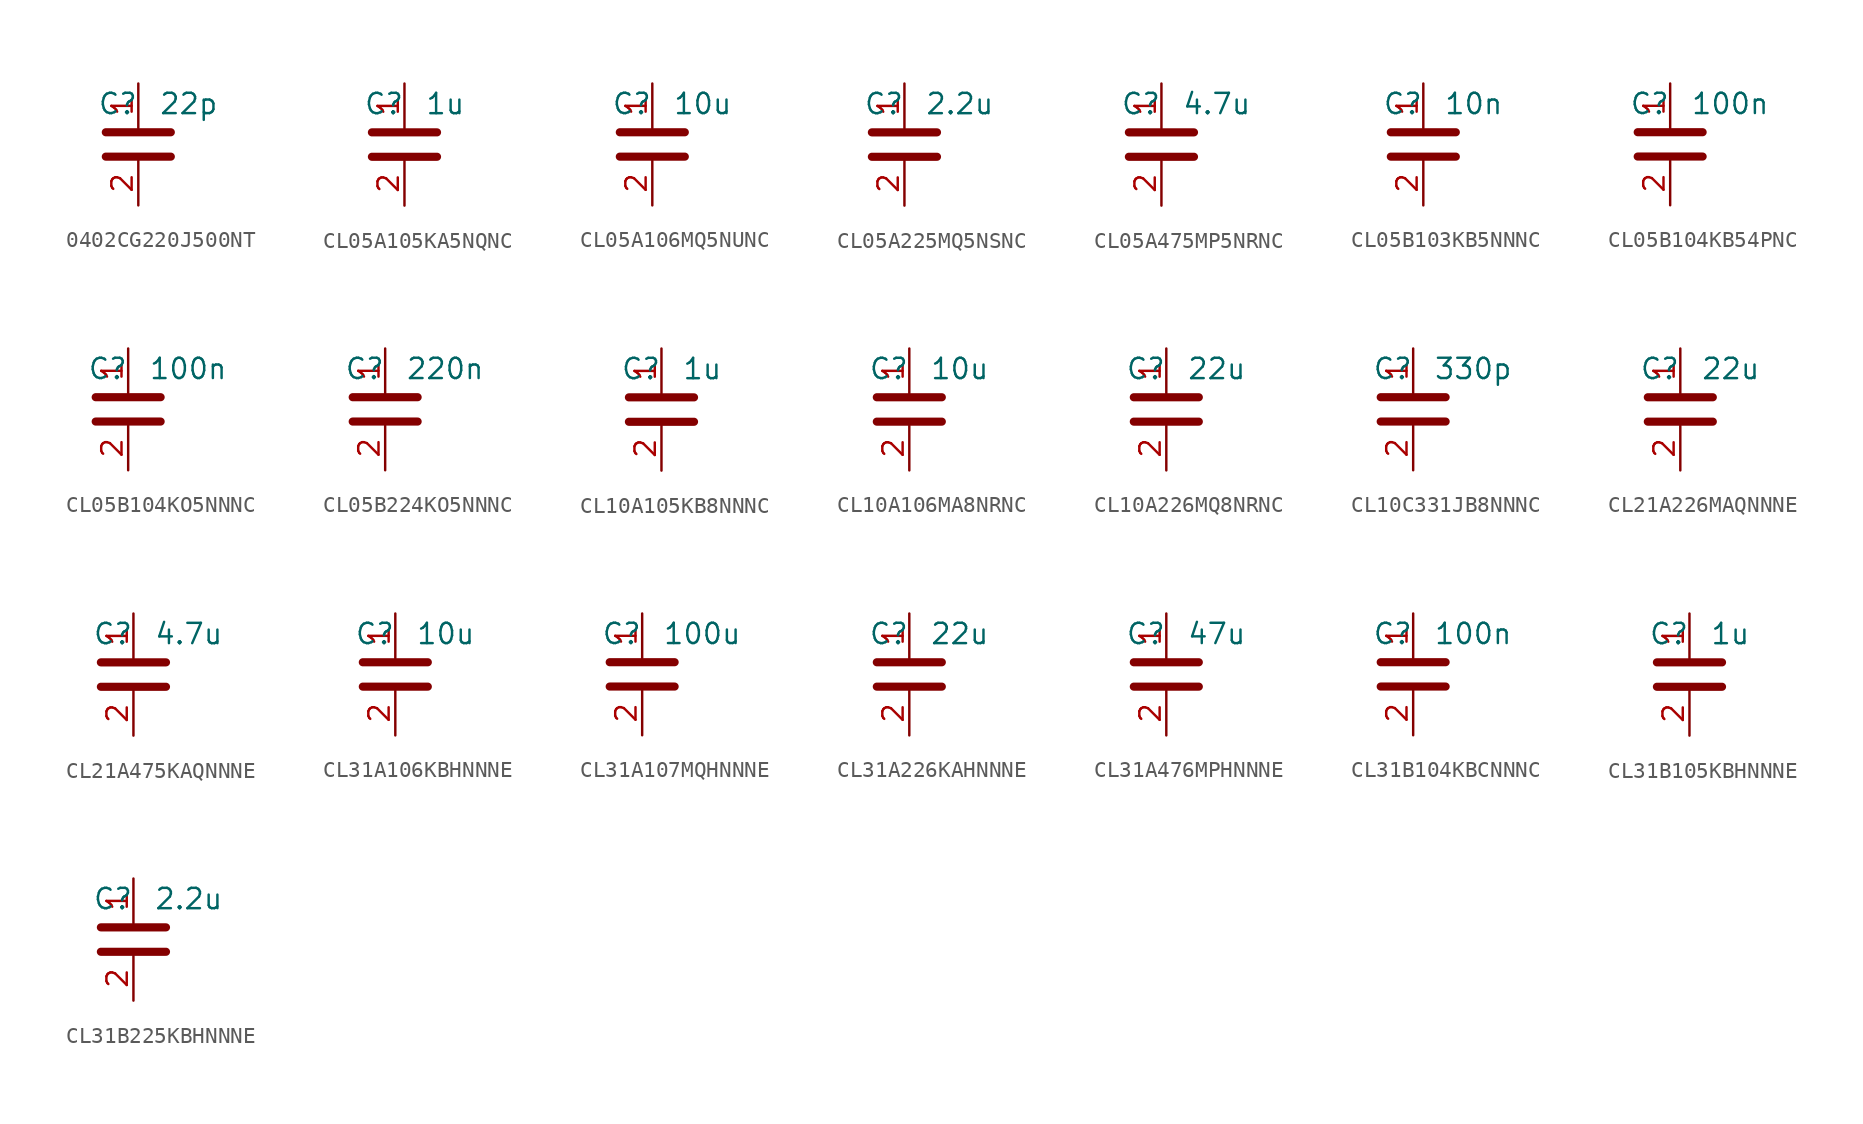
<source format=kicad_sym>
(kicad_symbol_lib
  (version 20241209)
  (generator "kicad_symbol_editor")
  (generator_version "9.0")
  (symbol "0402CG220J500NT"
    (property "Reference" "C"
      (at 0 2.54 0)
      (effects (font (size 1.27 1.27)) (justify right)))
    (property "Value" "22p"
      (at 1.27 2.54 0)
      (effects (font (size 1.27 1.27)) (justify left)))
    (symbol "0402CG220J500NT_0_1"
      (polyline (pts (xy -2.032 0.762) (xy 2.032 0.762)) (stroke (width 0.508) (type default)) (fill (type none)))
      (polyline (pts (xy -2.032 -0.762) (xy 2.032 -0.762)) (stroke (width 0.508) (type default)) (fill (type none))))
    (symbol "0402CG220J500NT_1_1"
      (pin passive line (at 0 3.81 270) (length 2.794) (name "~" (effects (font (size 1.27 1.27)))) (number "1" (effects (font (size 1.27 1.27)))))
      (pin passive line (at 0 -3.81 90) (length 2.794) (name "~" (effects (font (size 1.27 1.27)))) (number "2" (effects (font (size 1.27 1.27)))))))
  (symbol "CL05A105KA5NQNC"
    (property "Reference" "C"
      (at 0 2.54 0)
      (effects (font (size 1.27 1.27)) (justify right)))
    (property "Value" "1u"
      (at 1.27 2.54 0)
      (effects (font (size 1.27 1.27)) (justify left)))
    (symbol "CL05A105KA5NQNC_0_1"
      (polyline (pts (xy -2.032 0.762) (xy 2.032 0.762)) (stroke (width 0.508) (type default)) (fill (type none)))
      (polyline (pts (xy -2.032 -0.762) (xy 2.032 -0.762)) (stroke (width 0.508) (type default)) (fill (type none))))
    (symbol "CL05A105KA5NQNC_1_1"
      (pin passive line (at 0 3.81 270) (length 2.794) (name "~" (effects (font (size 1.27 1.27)))) (number "1" (effects (font (size 1.27 1.27)))))
      (pin passive line (at 0 -3.81 90) (length 2.794) (name "~" (effects (font (size 1.27 1.27)))) (number "2" (effects (font (size 1.27 1.27)))))))
  (symbol "CL05A106MQ5NUNC"
    (property "Reference" "C"
      (at 0 2.54 0)
      (effects (font (size 1.27 1.27)) (justify right)))
    (property "Value" "10u"
      (at 1.27 2.54 0)
      (effects (font (size 1.27 1.27)) (justify left)))
    (symbol "CL05A106MQ5NUNC_0_1"
      (polyline (pts (xy -2.032 0.762) (xy 2.032 0.762)) (stroke (width 0.508) (type default)) (fill (type none)))
      (polyline (pts (xy -2.032 -0.762) (xy 2.032 -0.762)) (stroke (width 0.508) (type default)) (fill (type none))))
    (symbol "CL05A106MQ5NUNC_1_1"
      (pin passive line (at 0 3.81 270) (length 2.794) (name "~" (effects (font (size 1.27 1.27)))) (number "1" (effects (font (size 1.27 1.27)))))
      (pin passive line (at 0 -3.81 90) (length 2.794) (name "~" (effects (font (size 1.27 1.27)))) (number "2" (effects (font (size 1.27 1.27)))))))
  (symbol "CL05A225MQ5NSNC"
    (property "Reference" "C"
      (at 0 2.54 0)
      (effects (font (size 1.27 1.27)) (justify right)))
    (property "Value" "2.2u"
      (at 1.27 2.54 0)
      (effects (font (size 1.27 1.27)) (justify left)))
    (symbol "CL05A225MQ5NSNC_0_1"
      (polyline (pts (xy -2.032 0.762) (xy 2.032 0.762)) (stroke (width 0.508) (type default)) (fill (type none)))
      (polyline (pts (xy -2.032 -0.762) (xy 2.032 -0.762)) (stroke (width 0.508) (type default)) (fill (type none))))
    (symbol "CL05A225MQ5NSNC_1_1"
      (pin passive line (at 0 3.81 270) (length 2.794) (name "~" (effects (font (size 1.27 1.27)))) (number "1" (effects (font (size 1.27 1.27)))))
      (pin passive line (at 0 -3.81 90) (length 2.794) (name "~" (effects (font (size 1.27 1.27)))) (number "2" (effects (font (size 1.27 1.27)))))))
  (symbol "CL05A475MP5NRNC"
    (property "Reference" "C"
      (at 0 2.54 0)
      (effects (font (size 1.27 1.27)) (justify right)))
    (property "Value" "4.7u"
      (at 1.27 2.54 0)
      (effects (font (size 1.27 1.27)) (justify left)))
    (symbol "CL05A475MP5NRNC_0_1"
      (polyline (pts (xy -2.032 0.762) (xy 2.032 0.762)) (stroke (width 0.508) (type default)) (fill (type none)))
      (polyline (pts (xy -2.032 -0.762) (xy 2.032 -0.762)) (stroke (width 0.508) (type default)) (fill (type none))))
    (symbol "CL05A475MP5NRNC_1_1"
      (pin passive line (at 0 3.81 270) (length 2.794) (name "~" (effects (font (size 1.27 1.27)))) (number "1" (effects (font (size 1.27 1.27)))))
      (pin passive line (at 0 -3.81 90) (length 2.794) (name "~" (effects (font (size 1.27 1.27)))) (number "2" (effects (font (size 1.27 1.27)))))))
  (symbol "CL05B103KB5NNNC"
    (property "Reference" "C"
      (at 0 2.54 0)
      (effects (font (size 1.27 1.27)) (justify right)))
    (property "Value" "10n"
      (at 1.27 2.54 0)
      (effects (font (size 1.27 1.27)) (justify left)))
    (symbol "CL05B103KB5NNNC_0_1"
      (polyline (pts (xy -2.032 0.762) (xy 2.032 0.762)) (stroke (width 0.508) (type default)) (fill (type none)))
      (polyline (pts (xy -2.032 -0.762) (xy 2.032 -0.762)) (stroke (width 0.508) (type default)) (fill (type none))))
    (symbol "CL05B103KB5NNNC_1_1"
      (pin passive line (at 0 3.81 270) (length 2.794) (name "~" (effects (font (size 1.27 1.27)))) (number "1" (effects (font (size 1.27 1.27)))))
      (pin passive line (at 0 -3.81 90) (length 2.794) (name "~" (effects (font (size 1.27 1.27)))) (number "2" (effects (font (size 1.27 1.27)))))))
  (symbol "CL05B104KB54PNC"
    (property "Reference" "C"
      (at 0 2.54 0)
      (effects (font (size 1.27 1.27)) (justify right)))
    (property "Value" "100n"
      (at 1.27 2.54 0)
      (effects (font (size 1.27 1.27)) (justify left)))
    (symbol "CL05B104KB54PNC_0_1"
      (polyline (pts (xy -2.032 0.762) (xy 2.032 0.762)) (stroke (width 0.508) (type default)) (fill (type none)))
      (polyline (pts (xy -2.032 -0.762) (xy 2.032 -0.762)) (stroke (width 0.508) (type default)) (fill (type none))))
    (symbol "CL05B104KB54PNC_1_1"
      (pin passive line (at 0 3.81 270) (length 2.794) (name "~" (effects (font (size 1.27 1.27)))) (number "1" (effects (font (size 1.27 1.27)))))
      (pin passive line (at 0 -3.81 90) (length 2.794) (name "~" (effects (font (size 1.27 1.27)))) (number "2" (effects (font (size 1.27 1.27)))))))
  (symbol "CL05B104KO5NNNC"
    (property "Reference" "C"
      (at 0 2.54 0)
      (effects (font (size 1.27 1.27)) (justify right)))
    (property "Value" "100n"
      (at 1.27 2.54 0)
      (effects (font (size 1.27 1.27)) (justify left)))
    (symbol "CL05B104KO5NNNC_0_1"
      (polyline (pts (xy -2.032 0.762) (xy 2.032 0.762)) (stroke (width 0.508) (type default)) (fill (type none)))
      (polyline (pts (xy -2.032 -0.762) (xy 2.032 -0.762)) (stroke (width 0.508) (type default)) (fill (type none))))
    (symbol "CL05B104KO5NNNC_1_1"
      (pin passive line (at 0 3.81 270) (length 2.794) (name "~" (effects (font (size 1.27 1.27)))) (number "1" (effects (font (size 1.27 1.27)))))
      (pin passive line (at 0 -3.81 90) (length 2.794) (name "~" (effects (font (size 1.27 1.27)))) (number "2" (effects (font (size 1.27 1.27)))))))
  (symbol "CL05B224KO5NNNC"
    (property "Reference" "C"
      (at 0 2.54 0)
      (effects (font (size 1.27 1.27)) (justify right)))
    (property "Value" "220n"
      (at 1.27 2.54 0)
      (effects (font (size 1.27 1.27)) (justify left)))
    (symbol "CL05B224KO5NNNC_0_1"
      (polyline (pts (xy -2.032 0.762) (xy 2.032 0.762)) (stroke (width 0.508) (type default)) (fill (type none)))
      (polyline (pts (xy -2.032 -0.762) (xy 2.032 -0.762)) (stroke (width 0.508) (type default)) (fill (type none))))
    (symbol "CL05B224KO5NNNC_1_1"
      (pin passive line (at 0 3.81 270) (length 2.794) (name "~" (effects (font (size 1.27 1.27)))) (number "1" (effects (font (size 1.27 1.27)))))
      (pin passive line (at 0 -3.81 90) (length 2.794) (name "~" (effects (font (size 1.27 1.27)))) (number "2" (effects (font (size 1.27 1.27)))))))
  (symbol "CL10A105KB8NNNC"
    (property "Reference" "C"
      (at 0 2.54 0)
      (effects (font (size 1.27 1.27)) (justify right)))
    (property "Value" "1u"
      (at 1.27 2.54 0)
      (effects (font (size 1.27 1.27)) (justify left)))
    (symbol "CL10A105KB8NNNC_0_1"
      (polyline (pts (xy -2.032 0.762) (xy 2.032 0.762)) (stroke (width 0.508) (type default)) (fill (type none)))
      (polyline (pts (xy -2.032 -0.762) (xy 2.032 -0.762)) (stroke (width 0.508) (type default)) (fill (type none))))
    (symbol "CL10A105KB8NNNC_1_1"
      (pin passive line (at 0 3.81 270) (length 2.794) (name "~" (effects (font (size 1.27 1.27)))) (number "1" (effects (font (size 1.27 1.27)))))
      (pin passive line (at 0 -3.81 90) (length 2.794) (name "~" (effects (font (size 1.27 1.27)))) (number "2" (effects (font (size 1.27 1.27)))))))
  (symbol "CL10A106MA8NRNC"
    (property "Reference" "C"
      (at 0 2.54 0)
      (effects (font (size 1.27 1.27)) (justify right)))
    (property "Value" "10u"
      (at 1.27 2.54 0)
      (effects (font (size 1.27 1.27)) (justify left)))
    (symbol "CL10A106MA8NRNC_0_1"
      (polyline (pts (xy -2.032 0.762) (xy 2.032 0.762)) (stroke (width 0.508) (type default)) (fill (type none)))
      (polyline (pts (xy -2.032 -0.762) (xy 2.032 -0.762)) (stroke (width 0.508) (type default)) (fill (type none))))
    (symbol "CL10A106MA8NRNC_1_1"
      (pin passive line (at 0 3.81 270) (length 2.794) (name "~" (effects (font (size 1.27 1.27)))) (number "1" (effects (font (size 1.27 1.27)))))
      (pin passive line (at 0 -3.81 90) (length 2.794) (name "~" (effects (font (size 1.27 1.27)))) (number "2" (effects (font (size 1.27 1.27)))))))
  (symbol "CL10A226MQ8NRNC"
    (property "Reference" "C"
      (at 0 2.54 0)
      (effects (font (size 1.27 1.27)) (justify right)))
    (property "Value" "22u"
      (at 1.27 2.54 0)
      (effects (font (size 1.27 1.27)) (justify left)))
    (symbol "CL10A226MQ8NRNC_0_1"
      (polyline (pts (xy -2.032 0.762) (xy 2.032 0.762)) (stroke (width 0.508) (type default)) (fill (type none)))
      (polyline (pts (xy -2.032 -0.762) (xy 2.032 -0.762)) (stroke (width 0.508) (type default)) (fill (type none))))
    (symbol "CL10A226MQ8NRNC_1_1"
      (pin passive line (at 0 3.81 270) (length 2.794) (name "~" (effects (font (size 1.27 1.27)))) (number "1" (effects (font (size 1.27 1.27)))))
      (pin passive line (at 0 -3.81 90) (length 2.794) (name "~" (effects (font (size 1.27 1.27)))) (number "2" (effects (font (size 1.27 1.27)))))))
  (symbol "CL10C331JB8NNNC"
    (property "Reference" "C"
      (at 0 2.54 0)
      (effects (font (size 1.27 1.27)) (justify right)))
    (property "Value" "330p"
      (at 1.27 2.54 0)
      (effects (font (size 1.27 1.27)) (justify left)))
    (symbol "CL10C331JB8NNNC_0_1"
      (polyline (pts (xy -2.032 0.762) (xy 2.032 0.762)) (stroke (width 0.508) (type default)) (fill (type none)))
      (polyline (pts (xy -2.032 -0.762) (xy 2.032 -0.762)) (stroke (width 0.508) (type default)) (fill (type none))))
    (symbol "CL10C331JB8NNNC_1_1"
      (pin passive line (at 0 3.81 270) (length 2.794) (name "~" (effects (font (size 1.27 1.27)))) (number "1" (effects (font (size 1.27 1.27)))))
      (pin passive line (at 0 -3.81 90) (length 2.794) (name "~" (effects (font (size 1.27 1.27)))) (number "2" (effects (font (size 1.27 1.27)))))))
  (symbol "CL21A226MAQNNNE"
    (property "Reference" "C"
      (at 0 2.54 0)
      (effects (font (size 1.27 1.27)) (justify right)))
    (property "Value" "22u"
      (at 1.27 2.54 0)
      (effects (font (size 1.27 1.27)) (justify left)))
    (symbol "CL21A226MAQNNNE_0_1"
      (polyline (pts (xy -2.032 0.762) (xy 2.032 0.762)) (stroke (width 0.508) (type default)) (fill (type none)))
      (polyline (pts (xy -2.032 -0.762) (xy 2.032 -0.762)) (stroke (width 0.508) (type default)) (fill (type none))))
    (symbol "CL21A226MAQNNNE_1_1"
      (pin passive line (at 0 3.81 270) (length 2.794) (name "~" (effects (font (size 1.27 1.27)))) (number "1" (effects (font (size 1.27 1.27)))))
      (pin passive line (at 0 -3.81 90) (length 2.794) (name "~" (effects (font (size 1.27 1.27)))) (number "2" (effects (font (size 1.27 1.27)))))))
  (symbol "CL21A475KAQNNNE"
    (property "Reference" "C"
      (at 0 2.54 0)
      (effects (font (size 1.27 1.27)) (justify right)))
    (property "Value" "4.7u"
      (at 1.27 2.54 0)
      (effects (font (size 1.27 1.27)) (justify left)))
    (symbol "CL21A475KAQNNNE_0_1"
      (polyline (pts (xy -2.032 0.762) (xy 2.032 0.762)) (stroke (width 0.508) (type default)) (fill (type none)))
      (polyline (pts (xy -2.032 -0.762) (xy 2.032 -0.762)) (stroke (width 0.508) (type default)) (fill (type none))))
    (symbol "CL21A475KAQNNNE_1_1"
      (pin passive line (at 0 3.81 270) (length 2.794) (name "~" (effects (font (size 1.27 1.27)))) (number "1" (effects (font (size 1.27 1.27)))))
      (pin passive line (at 0 -3.81 90) (length 2.794) (name "~" (effects (font (size 1.27 1.27)))) (number "2" (effects (font (size 1.27 1.27)))))))
  (symbol "CL31A106KBHNNNE"
    (property "Reference" "C"
      (at 0 2.54 0)
      (effects (font (size 1.27 1.27)) (justify right)))
    (property "Value" "10u"
      (at 1.27 2.54 0)
      (effects (font (size 1.27 1.27)) (justify left)))
    (symbol "CL31A106KBHNNNE_0_1"
      (polyline (pts (xy -2.032 0.762) (xy 2.032 0.762)) (stroke (width 0.508) (type default)) (fill (type none)))
      (polyline (pts (xy -2.032 -0.762) (xy 2.032 -0.762)) (stroke (width 0.508) (type default)) (fill (type none))))
    (symbol "CL31A106KBHNNNE_1_1"
      (pin passive line (at 0 3.81 270) (length 2.794) (name "~" (effects (font (size 1.27 1.27)))) (number "1" (effects (font (size 1.27 1.27)))))
      (pin passive line (at 0 -3.81 90) (length 2.794) (name "~" (effects (font (size 1.27 1.27)))) (number "2" (effects (font (size 1.27 1.27)))))))
  (symbol "CL31A107MQHNNNE"
    (property "Reference" "C"
      (at 0 2.54 0)
      (effects (font (size 1.27 1.27)) (justify right)))
    (property "Value" "100u"
      (at 1.27 2.54 0)
      (effects (font (size 1.27 1.27)) (justify left)))
    (symbol "CL31A107MQHNNNE_0_1"
      (polyline (pts (xy -2.032 0.762) (xy 2.032 0.762)) (stroke (width 0.508) (type default)) (fill (type none)))
      (polyline (pts (xy -2.032 -0.762) (xy 2.032 -0.762)) (stroke (width 0.508) (type default)) (fill (type none))))
    (symbol "CL31A107MQHNNNE_1_1"
      (pin passive line (at 0 3.81 270) (length 2.794) (name "~" (effects (font (size 1.27 1.27)))) (number "1" (effects (font (size 1.27 1.27)))))
      (pin passive line (at 0 -3.81 90) (length 2.794) (name "~" (effects (font (size 1.27 1.27)))) (number "2" (effects (font (size 1.27 1.27)))))))
  (symbol "CL31A226KAHNNNE"
    (property "Reference" "C"
      (at 0 2.54 0)
      (effects (font (size 1.27 1.27)) (justify right)))
    (property "Value" "22u"
      (at 1.27 2.54 0)
      (effects (font (size 1.27 1.27)) (justify left)))
    (symbol "CL31A226KAHNNNE_0_1"
      (polyline (pts (xy -2.032 0.762) (xy 2.032 0.762)) (stroke (width 0.508) (type default)) (fill (type none)))
      (polyline (pts (xy -2.032 -0.762) (xy 2.032 -0.762)) (stroke (width 0.508) (type default)) (fill (type none))))
    (symbol "CL31A226KAHNNNE_1_1"
      (pin passive line (at 0 3.81 270) (length 2.794) (name "~" (effects (font (size 1.27 1.27)))) (number "1" (effects (font (size 1.27 1.27)))))
      (pin passive line (at 0 -3.81 90) (length 2.794) (name "~" (effects (font (size 1.27 1.27)))) (number "2" (effects (font (size 1.27 1.27)))))))
  (symbol "CL31A476MPHNNNE"
    (property "Reference" "C"
      (at 0 2.54 0)
      (effects (font (size 1.27 1.27)) (justify right)))
    (property "Value" "47u"
      (at 1.27 2.54 0)
      (effects (font (size 1.27 1.27)) (justify left)))
    (symbol "CL31A476MPHNNNE_0_1"
      (polyline (pts (xy -2.032 0.762) (xy 2.032 0.762)) (stroke (width 0.508) (type default)) (fill (type none)))
      (polyline (pts (xy -2.032 -0.762) (xy 2.032 -0.762)) (stroke (width 0.508) (type default)) (fill (type none))))
    (symbol "CL31A476MPHNNNE_1_1"
      (pin passive line (at 0 3.81 270) (length 2.794) (name "~" (effects (font (size 1.27 1.27)))) (number "1" (effects (font (size 1.27 1.27)))))
      (pin passive line (at 0 -3.81 90) (length 2.794) (name "~" (effects (font (size 1.27 1.27)))) (number "2" (effects (font (size 1.27 1.27)))))))
  (symbol "CL31B104KBCNNNC"
    (property "Reference" "C"
      (at 0 2.54 0)
      (effects (font (size 1.27 1.27)) (justify right)))
    (property "Value" "100n"
      (at 1.27 2.54 0)
      (effects (font (size 1.27 1.27)) (justify left)))
    (symbol "CL31B104KBCNNNC_0_1"
      (polyline (pts (xy -2.032 0.762) (xy 2.032 0.762)) (stroke (width 0.508) (type default)) (fill (type none)))
      (polyline (pts (xy -2.032 -0.762) (xy 2.032 -0.762)) (stroke (width 0.508) (type default)) (fill (type none))))
    (symbol "CL31B104KBCNNNC_1_1"
      (pin passive line (at 0 3.81 270) (length 2.794) (name "~" (effects (font (size 1.27 1.27)))) (number "1" (effects (font (size 1.27 1.27)))))
      (pin passive line (at 0 -3.81 90) (length 2.794) (name "~" (effects (font (size 1.27 1.27)))) (number "2" (effects (font (size 1.27 1.27)))))))
  (symbol "CL31B105KBHNNNE"
    (property "Reference" "C"
      (at 0 2.54 0)
      (effects (font (size 1.27 1.27)) (justify right)))
    (property "Value" "1u"
      (at 1.27 2.54 0)
      (effects (font (size 1.27 1.27)) (justify left)))
    (symbol "CL31B105KBHNNNE_0_1"
      (polyline (pts (xy -2.032 0.762) (xy 2.032 0.762)) (stroke (width 0.508) (type default)) (fill (type none)))
      (polyline (pts (xy -2.032 -0.762) (xy 2.032 -0.762)) (stroke (width 0.508) (type default)) (fill (type none))))
    (symbol "CL31B105KBHNNNE_1_1"
      (pin passive line (at 0 3.81 270) (length 2.794) (name "~" (effects (font (size 1.27 1.27)))) (number "1" (effects (font (size 1.27 1.27)))))
      (pin passive line (at 0 -3.81 90) (length 2.794) (name "~" (effects (font (size 1.27 1.27)))) (number "2" (effects (font (size 1.27 1.27)))))))
  (symbol "CL31B225KBHNNNE"
    (property "Reference" "C"
      (at 0 2.54 0)
      (effects (font (size 1.27 1.27)) (justify right)))
    (property "Value" "2.2u"
      (at 1.27 2.54 0)
      (effects (font (size 1.27 1.27)) (justify left)))
    (symbol "CL31B225KBHNNNE_0_1"
      (polyline (pts (xy -2.032 0.762) (xy 2.032 0.762)) (stroke (width 0.508) (type default)) (fill (type none)))
      (polyline (pts (xy -2.032 -0.762) (xy 2.032 -0.762)) (stroke (width 0.508) (type default)) (fill (type none))))
    (symbol "CL31B225KBHNNNE_1_1"
      (pin passive line (at 0 3.81 270) (length 2.794) (name "~" (effects (font (size 1.27 1.27)))) (number "1" (effects (font (size 1.27 1.27)))))
      (pin passive line (at 0 -3.81 90) (length 2.794) (name "~" (effects (font (size 1.27 1.27)))) (number "2" (effects (font (size 1.27 1.27))))))))
</source>
